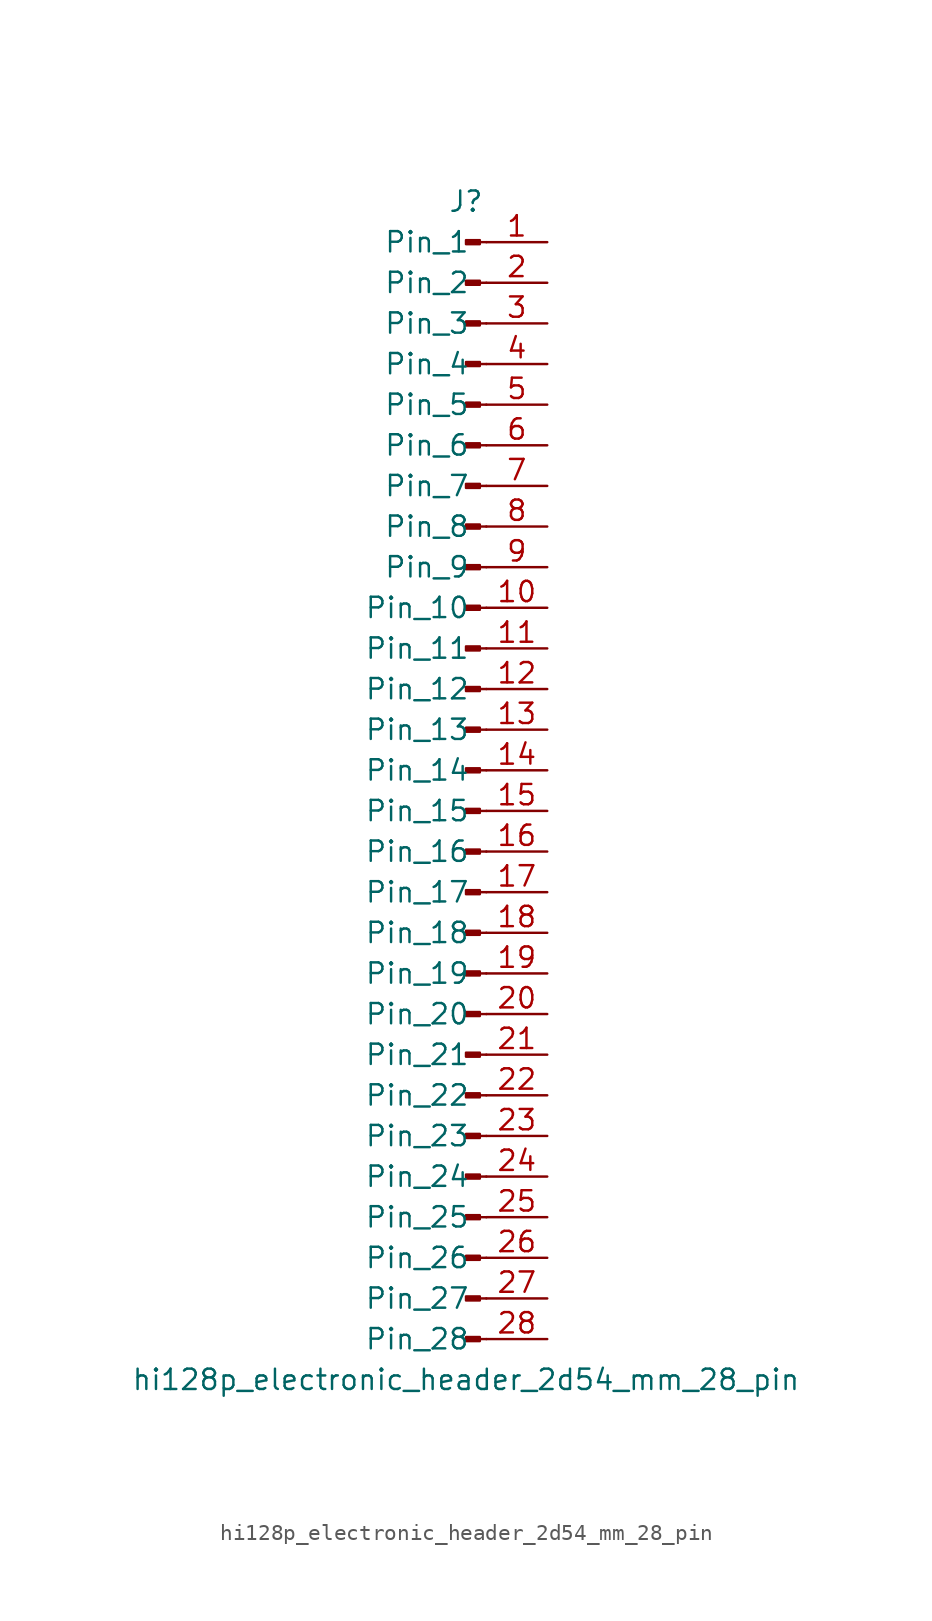
<source format=kicad_sym>
(kicad_symbol_lib
  (version 20220914)
  (generator kicad_symbol_editor)
  (symbol "hi128p_electronic_header_2d54_mm_28_pin"
    (pin_names
      (offset 1.016))
    (property "Reference" "J"
      (at 0 35.56 0)
      (effects (font (size 1.27 1.27))))
    (property "Value" "hi128p_electronic_header_2d54_mm_28_pin"
      (at 0 -38.1 0)
      (effects (font (size 1.27 1.27))))
    (property "ki_locked" ""
      (at 0 0 0)
      (effects (font (size 1.27 1.27))))
    (symbol "hi128p_electronic_header_2d54_mm_28_pin_1_1"
      (polyline (pts (xy 1.27 -35.56) (xy 0.864 -35.56)) (stroke (width 0.152) (type default)) (fill (type none)))
      (polyline (pts (xy 1.27 -33.02) (xy 0.864 -33.02)) (stroke (width 0.152) (type default)) (fill (type none)))
      (polyline (pts (xy 1.27 -30.48) (xy 0.864 -30.48)) (stroke (width 0.152) (type default)) (fill (type none)))
      (polyline (pts (xy 1.27 -27.94) (xy 0.864 -27.94)) (stroke (width 0.152) (type default)) (fill (type none)))
      (polyline (pts (xy 1.27 -25.4) (xy 0.864 -25.4)) (stroke (width 0.152) (type default)) (fill (type none)))
      (polyline (pts (xy 1.27 -22.86) (xy 0.864 -22.86)) (stroke (width 0.152) (type default)) (fill (type none)))
      (polyline (pts (xy 1.27 -20.32) (xy 0.864 -20.32)) (stroke (width 0.152) (type default)) (fill (type none)))
      (polyline (pts (xy 1.27 -17.78) (xy 0.864 -17.78)) (stroke (width 0.152) (type default)) (fill (type none)))
      (polyline (pts (xy 1.27 -15.24) (xy 0.864 -15.24)) (stroke (width 0.152) (type default)) (fill (type none)))
      (polyline (pts (xy 1.27 -12.7) (xy 0.864 -12.7)) (stroke (width 0.152) (type default)) (fill (type none)))
      (polyline (pts (xy 1.27 -10.16) (xy 0.864 -10.16)) (stroke (width 0.152) (type default)) (fill (type none)))
      (polyline (pts (xy 1.27 -7.62) (xy 0.864 -7.62)) (stroke (width 0.152) (type default)) (fill (type none)))
      (polyline (pts (xy 1.27 -5.08) (xy 0.864 -5.08)) (stroke (width 0.152) (type default)) (fill (type none)))
      (polyline (pts (xy 1.27 -2.54) (xy 0.864 -2.54)) (stroke (width 0.152) (type default)) (fill (type none)))
      (polyline (pts (xy 1.27 0) (xy 0.864 0)) (stroke (width 0.152) (type default)) (fill (type none)))
      (polyline (pts (xy 1.27 2.54) (xy 0.864 2.54)) (stroke (width 0.152) (type default)) (fill (type none)))
      (polyline (pts (xy 1.27 5.08) (xy 0.864 5.08)) (stroke (width 0.152) (type default)) (fill (type none)))
      (polyline (pts (xy 1.27 7.62) (xy 0.864 7.62)) (stroke (width 0.152) (type default)) (fill (type none)))
      (polyline (pts (xy 1.27 10.16) (xy 0.864 10.16)) (stroke (width 0.152) (type default)) (fill (type none)))
      (polyline (pts (xy 1.27 12.7) (xy 0.864 12.7)) (stroke (width 0.152) (type default)) (fill (type none)))
      (polyline (pts (xy 1.27 15.24) (xy 0.864 15.24)) (stroke (width 0.152) (type default)) (fill (type none)))
      (polyline (pts (xy 1.27 17.78) (xy 0.864 17.78)) (stroke (width 0.152) (type default)) (fill (type none)))
      (polyline (pts (xy 1.27 20.32) (xy 0.864 20.32)) (stroke (width 0.152) (type default)) (fill (type none)))
      (polyline (pts (xy 1.27 22.86) (xy 0.864 22.86)) (stroke (width 0.152) (type default)) (fill (type none)))
      (polyline (pts (xy 1.27 25.4) (xy 0.864 25.4)) (stroke (width 0.152) (type default)) (fill (type none)))
      (polyline (pts (xy 1.27 27.94) (xy 0.864 27.94)) (stroke (width 0.152) (type default)) (fill (type none)))
      (polyline (pts (xy 1.27 30.48) (xy 0.864 30.48)) (stroke (width 0.152) (type default)) (fill (type none)))
      (polyline (pts (xy 1.27 33.02) (xy 0.864 33.02)) (stroke (width 0.152) (type default)) (fill (type none)))
      (rectangle (start 0.864 -35.433) (end 0 -35.687) (stroke (width 0.152) (type default)) (fill (type outline)))
      (rectangle (start 0.864 -32.893) (end 0 -33.147) (stroke (width 0.152) (type default)) (fill (type outline)))
      (rectangle (start 0.864 -30.353) (end 0 -30.607) (stroke (width 0.152) (type default)) (fill (type outline)))
      (rectangle (start 0.864 -27.813) (end 0 -28.067) (stroke (width 0.152) (type default)) (fill (type outline)))
      (rectangle (start 0.864 -25.273) (end 0 -25.527) (stroke (width 0.152) (type default)) (fill (type outline)))
      (rectangle (start 0.864 -22.733) (end 0 -22.987) (stroke (width 0.152) (type default)) (fill (type outline)))
      (rectangle (start 0.864 -20.193) (end 0 -20.447) (stroke (width 0.152) (type default)) (fill (type outline)))
      (rectangle (start 0.864 -17.653) (end 0 -17.907) (stroke (width 0.152) (type default)) (fill (type outline)))
      (rectangle (start 0.864 -15.113) (end 0 -15.367) (stroke (width 0.152) (type default)) (fill (type outline)))
      (rectangle (start 0.864 -12.573) (end 0 -12.827) (stroke (width 0.152) (type default)) (fill (type outline)))
      (rectangle (start 0.864 -10.033) (end 0 -10.287) (stroke (width 0.152) (type default)) (fill (type outline)))
      (rectangle (start 0.864 -7.493) (end 0 -7.747) (stroke (width 0.152) (type default)) (fill (type outline)))
      (rectangle (start 0.864 -4.953) (end 0 -5.207) (stroke (width 0.152) (type default)) (fill (type outline)))
      (rectangle (start 0.864 -2.413) (end 0 -2.667) (stroke (width 0.152) (type default)) (fill (type outline)))
      (rectangle (start 0.864 0.127) (end 0 -0.127) (stroke (width 0.152) (type default)) (fill (type outline)))
      (rectangle (start 0.864 2.667) (end 0 2.413) (stroke (width 0.152) (type default)) (fill (type outline)))
      (rectangle (start 0.864 5.207) (end 0 4.953) (stroke (width 0.152) (type default)) (fill (type outline)))
      (rectangle (start 0.864 7.747) (end 0 7.493) (stroke (width 0.152) (type default)) (fill (type outline)))
      (rectangle (start 0.864 10.287) (end 0 10.033) (stroke (width 0.152) (type default)) (fill (type outline)))
      (rectangle (start 0.864 12.827) (end 0 12.573) (stroke (width 0.152) (type default)) (fill (type outline)))
      (rectangle (start 0.864 15.367) (end 0 15.113) (stroke (width 0.152) (type default)) (fill (type outline)))
      (rectangle (start 0.864 17.907) (end 0 17.653) (stroke (width 0.152) (type default)) (fill (type outline)))
      (rectangle (start 0.864 20.447) (end 0 20.193) (stroke (width 0.152) (type default)) (fill (type outline)))
      (rectangle (start 0.864 22.987) (end 0 22.733) (stroke (width 0.152) (type default)) (fill (type outline)))
      (rectangle (start 0.864 25.527) (end 0 25.273) (stroke (width 0.152) (type default)) (fill (type outline)))
      (rectangle (start 0.864 28.067) (end 0 27.813) (stroke (width 0.152) (type default)) (fill (type outline)))
      (rectangle (start 0.864 30.607) (end 0 30.353) (stroke (width 0.152) (type default)) (fill (type outline)))
      (rectangle (start 0.864 33.147) (end 0 32.893) (stroke (width 0.152) (type default)) (fill (type outline)))
      (pin passive line (at 5.08 33.02 180) (length 3.81) (name "Pin_1" (effects (font (size 1.27 1.27)))) (number "1" (effects (font (size 1.27 1.27)))))
      (pin passive line (at 5.08 10.16 180) (length 3.81) (name "Pin_10" (effects (font (size 1.27 1.27)))) (number "10" (effects (font (size 1.27 1.27)))))
      (pin passive line (at 5.08 7.62 180) (length 3.81) (name "Pin_11" (effects (font (size 1.27 1.27)))) (number "11" (effects (font (size 1.27 1.27)))))
      (pin passive line (at 5.08 5.08 180) (length 3.81) (name "Pin_12" (effects (font (size 1.27 1.27)))) (number "12" (effects (font (size 1.27 1.27)))))
      (pin passive line (at 5.08 2.54 180) (length 3.81) (name "Pin_13" (effects (font (size 1.27 1.27)))) (number "13" (effects (font (size 1.27 1.27)))))
      (pin passive line (at 5.08 0 180) (length 3.81) (name "Pin_14" (effects (font (size 1.27 1.27)))) (number "14" (effects (font (size 1.27 1.27)))))
      (pin passive line (at 5.08 -2.54 180) (length 3.81) (name "Pin_15" (effects (font (size 1.27 1.27)))) (number "15" (effects (font (size 1.27 1.27)))))
      (pin passive line (at 5.08 -5.08 180) (length 3.81) (name "Pin_16" (effects (font (size 1.27 1.27)))) (number "16" (effects (font (size 1.27 1.27)))))
      (pin passive line (at 5.08 -7.62 180) (length 3.81) (name "Pin_17" (effects (font (size 1.27 1.27)))) (number "17" (effects (font (size 1.27 1.27)))))
      (pin passive line (at 5.08 -10.16 180) (length 3.81) (name "Pin_18" (effects (font (size 1.27 1.27)))) (number "18" (effects (font (size 1.27 1.27)))))
      (pin passive line (at 5.08 -12.7 180) (length 3.81) (name "Pin_19" (effects (font (size 1.27 1.27)))) (number "19" (effects (font (size 1.27 1.27)))))
      (pin passive line (at 5.08 30.48 180) (length 3.81) (name "Pin_2" (effects (font (size 1.27 1.27)))) (number "2" (effects (font (size 1.27 1.27)))))
      (pin passive line (at 5.08 -15.24 180) (length 3.81) (name "Pin_20" (effects (font (size 1.27 1.27)))) (number "20" (effects (font (size 1.27 1.27)))))
      (pin passive line (at 5.08 -17.78 180) (length 3.81) (name "Pin_21" (effects (font (size 1.27 1.27)))) (number "21" (effects (font (size 1.27 1.27)))))
      (pin passive line (at 5.08 -20.32 180) (length 3.81) (name "Pin_22" (effects (font (size 1.27 1.27)))) (number "22" (effects (font (size 1.27 1.27)))))
      (pin passive line (at 5.08 -22.86 180) (length 3.81) (name "Pin_23" (effects (font (size 1.27 1.27)))) (number "23" (effects (font (size 1.27 1.27)))))
      (pin passive line (at 5.08 -25.4 180) (length 3.81) (name "Pin_24" (effects (font (size 1.27 1.27)))) (number "24" (effects (font (size 1.27 1.27)))))
      (pin passive line (at 5.08 -27.94 180) (length 3.81) (name "Pin_25" (effects (font (size 1.27 1.27)))) (number "25" (effects (font (size 1.27 1.27)))))
      (pin passive line (at 5.08 -30.48 180) (length 3.81) (name "Pin_26" (effects (font (size 1.27 1.27)))) (number "26" (effects (font (size 1.27 1.27)))))
      (pin passive line (at 5.08 -33.02 180) (length 3.81) (name "Pin_27" (effects (font (size 1.27 1.27)))) (number "27" (effects (font (size 1.27 1.27)))))
      (pin passive line (at 5.08 -35.56 180) (length 3.81) (name "Pin_28" (effects (font (size 1.27 1.27)))) (number "28" (effects (font (size 1.27 1.27)))))
      (pin passive line (at 5.08 27.94 180) (length 3.81) (name "Pin_3" (effects (font (size 1.27 1.27)))) (number "3" (effects (font (size 1.27 1.27)))))
      (pin passive line (at 5.08 25.4 180) (length 3.81) (name "Pin_4" (effects (font (size 1.27 1.27)))) (number "4" (effects (font (size 1.27 1.27)))))
      (pin passive line (at 5.08 22.86 180) (length 3.81) (name "Pin_5" (effects (font (size 1.27 1.27)))) (number "5" (effects (font (size 1.27 1.27)))))
      (pin passive line (at 5.08 20.32 180) (length 3.81) (name "Pin_6" (effects (font (size 1.27 1.27)))) (number "6" (effects (font (size 1.27 1.27)))))
      (pin passive line (at 5.08 17.78 180) (length 3.81) (name "Pin_7" (effects (font (size 1.27 1.27)))) (number "7" (effects (font (size 1.27 1.27)))))
      (pin passive line (at 5.08 15.24 180) (length 3.81) (name "Pin_8" (effects (font (size 1.27 1.27)))) (number "8" (effects (font (size 1.27 1.27)))))
      (pin passive line (at 5.08 12.7 180) (length 3.81) (name "Pin_9" (effects (font (size 1.27 1.27)))) (number "9" (effects (font (size 1.27 1.27))))))))
</source>
